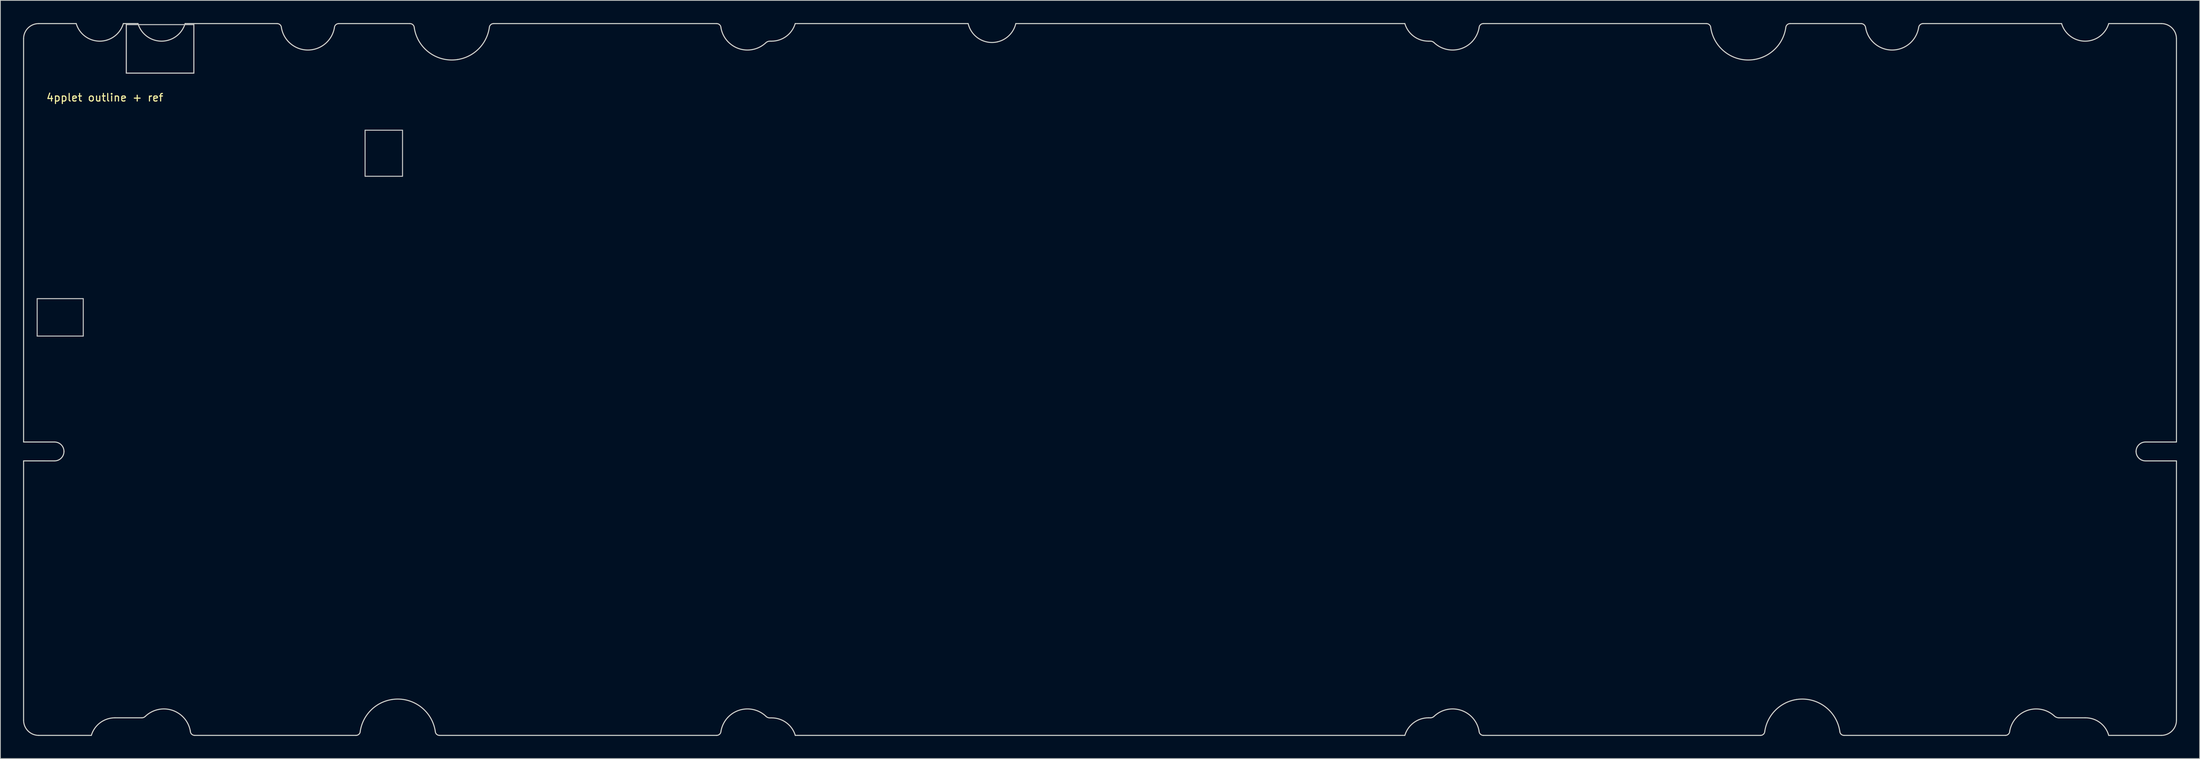
<source format=kicad_pcb>
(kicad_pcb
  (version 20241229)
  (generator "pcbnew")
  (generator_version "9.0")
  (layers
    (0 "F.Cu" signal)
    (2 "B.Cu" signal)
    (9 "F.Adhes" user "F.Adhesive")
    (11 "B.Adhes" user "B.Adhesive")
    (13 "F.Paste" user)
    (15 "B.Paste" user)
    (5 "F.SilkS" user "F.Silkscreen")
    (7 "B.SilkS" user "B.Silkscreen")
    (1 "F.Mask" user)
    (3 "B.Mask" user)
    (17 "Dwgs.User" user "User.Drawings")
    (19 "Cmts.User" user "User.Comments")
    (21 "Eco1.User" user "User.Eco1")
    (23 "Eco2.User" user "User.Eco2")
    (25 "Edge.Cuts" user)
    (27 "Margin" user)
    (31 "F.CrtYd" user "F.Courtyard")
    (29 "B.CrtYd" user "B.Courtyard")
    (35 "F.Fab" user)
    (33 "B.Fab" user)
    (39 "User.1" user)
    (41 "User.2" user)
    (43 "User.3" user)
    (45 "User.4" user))
  (footprint "4pplet outline + ref"
    (layer "F.Cu")
    (at 13.901 11.189)
    (property "Reference" "4pplet outline + ref" (at -3.09 -1.33 0) (unlocked yes) (layer "F.SilkS") (effects (font (size 1 1) (thickness 0.15))))
    (fp_line (start -12.036 25.275) (end -12.036 30.226) (stroke (width 0.138) (type solid)) (layer "Dwgs.User"))
    (fp_line (start -12.036 30.226) (end -5.94 30.226) (stroke (width 0.138) (type solid)) (layer "Dwgs.User"))
    (fp_line (start -5.94 25.275) (end -12.036 25.275) (stroke (width 0.138) (type solid)) (layer "Dwgs.User"))
    (fp_line (start -5.94 30.226) (end -5.94 25.275) (stroke (width 0.138) (type solid)) (layer "Dwgs.User"))
    (fp_line (start -0.252 -11.119) (end -0.252 -4.561) (stroke (width 0.138) (type solid)) (layer "Dwgs.User"))
    (fp_line (start -0.252 -4.561) (end 8.688 -4.561) (stroke (width 0.138) (type solid)) (layer "Dwgs.User"))
    (fp_line (start 8.688 -4.561) (end 8.688 -11.119) (stroke (width 0.138) (type solid)) (layer "Dwgs.User"))
    (fp_line (start 31.327 2.988) (end 31.327 9.083) (stroke (width 0.138) (type solid)) (layer "Dwgs.User"))
    (fp_line (start 31.327 9.083) (end 36.28 9.083) (stroke (width 0.138) (type solid)) (layer "Dwgs.User"))
    (fp_line (start 36.28 2.988) (end 31.327 2.988) (stroke (width 0.138) (type solid)) (layer "Dwgs.User"))
    (fp_line (start 36.28 9.083) (end 36.28 2.988) (stroke (width 0.138) (type solid)) (layer "Dwgs.User"))
    (fp_poly (pts (xy -0.252 -4.56) (xy -0.252 -10.982) (xy 8.688 -10.982) (xy 8.688 -4.56)) (stroke (width 0.138) (type solid)) (fill no) (layer "Dwgs.User"))
    (fp_line (start -13.832 44.242) (end -13.832 -9.12) (stroke (width 0.138) (type solid)) (layer "Edge.Cuts"))
    (fp_line (start -13.832 46.738) (end -9.741 46.741) (stroke (width 0.138) (type solid)) (layer "Edge.Cuts"))
    (fp_line (start -13.832 81.058) (end -13.832 46.738) (stroke (width 0.138) (type solid)) (layer "Edge.Cuts"))
    (fp_line (start -11.832 -11.119) (end -6.873 -11.119) (stroke (width 0.138) (type solid)) (layer "Edge.Cuts"))
    (fp_line (start -9.741 44.242) (end -13.832 44.242) (stroke (width 0.138) (type solid)) (layer "Edge.Cuts"))
    (fp_line (start -4.873 83.057) (end -11.832 83.057) (stroke (width 0.138) (type solid)) (layer "Edge.Cuts"))
    (fp_line (start 1.296 -11.12) (end -0.641 -11.119) (stroke (width 0.138) (type solid)) (layer "Edge.Cuts"))
    (fp_line (start 1.818 80.733) (end -1.757 80.733) (stroke (width 0.138) (type solid)) (layer "Edge.Cuts"))
    (fp_line (start 7.528 -11.12) (end 19.698 -11.119) (stroke (width 0.138) (type solid)) (layer "Edge.Cuts"))
    (fp_line (start 27.84 -11.119) (end 37.263 -11.119) (stroke (width 0.138) (type solid)) (layer "Edge.Cuts"))
    (fp_line (start 30.134 83.057) (end 8.79 83.057) (stroke (width 0.138) (type solid)) (layer "Edge.Cuts"))
    (fp_line (start 48.323 -11.119) (end 77.822 -11.119) (stroke (width 0.138) (type solid)) (layer "Edge.Cuts"))
    (fp_line (start 77.822 83.057) (end 41.164 83.057) (stroke (width 0.138) (type solid)) (layer "Edge.Cuts"))
    (fp_line (start 84.867 -8.795) (end 85.093 -8.795) (stroke (width 0.138) (type solid)) (layer "Edge.Cuts"))
    (fp_line (start 85.105 80.744) (end 84.851 80.744) (stroke (width 0.138) (type solid)) (layer "Edge.Cuts"))
    (fp_line (start 88.209 -11.119) (end 111.079 -11.119) (stroke (width 0.138) (type solid)) (layer "Edge.Cuts"))
    (fp_line (start 88.221 83.057) (end 88.218 83.057) (stroke (width 0.138) (type solid)) (layer "Edge.Cuts"))
    (fp_line (start 117.379 -11.119) (end 168.827 -11.119) (stroke (width 0.138) (type solid)) (layer "Edge.Cuts"))
    (fp_line (start 168.827 83.057) (end 88.221 83.057) (stroke (width 0.138) (type solid)) (layer "Edge.Cuts"))
    (fp_line (start 171.943 -8.795) (end 172.197 -8.795) (stroke (width 0.138) (type solid)) (layer "Edge.Cuts"))
    (fp_line (start 172.211 80.733) (end 171.943 80.733) (stroke (width 0.138) (type solid)) (layer "Edge.Cuts"))
    (fp_line (start 179.214 -11.119) (end 208.713 -11.119) (stroke (width 0.138) (type solid)) (layer "Edge.Cuts"))
    (fp_line (start 215.872 83.057) (end 179.214 83.057) (stroke (width 0.138) (type solid)) (layer "Edge.Cuts"))
    (fp_line (start 219.773 -11.119) (end 229.196 -11.119) (stroke (width 0.138) (type solid)) (layer "Edge.Cuts"))
    (fp_line (start 237.338 -11.119) (end 255.677 -11.119) (stroke (width 0.138) (type solid)) (layer "Edge.Cuts"))
    (fp_line (start 248.246 83.057) (end 226.902 83.057) (stroke (width 0.138) (type solid)) (layer "Edge.Cuts"))
    (fp_line (start 258.793 80.733) (end 255.336 80.733) (stroke (width 0.138) (type solid)) (layer "Edge.Cuts"))
    (fp_line (start 261.909 -11.119) (end 268.868 -11.119) (stroke (width 0.138) (type solid)) (layer "Edge.Cuts"))
    (fp_line (start 266.777 44.242) (end 270.868 44.242) (stroke (width 0.138) (type solid)) (layer "Edge.Cuts"))
    (fp_line (start 268.868 83.057) (end 261.909 83.057) (stroke (width 0.138) (type solid)) (layer "Edge.Cuts"))
    (fp_line (start 270.868 -9.12) (end 270.868 44.242) (stroke (width 0.138) (type solid)) (layer "Edge.Cuts"))
    (fp_line (start 270.868 46.741) (end 266.777 46.741) (stroke (width 0.138) (type solid)) (layer "Edge.Cuts"))
    (fp_line (start 270.868 46.741) (end 270.868 81.058) (stroke (width 0.138) (type solid)) (layer "Edge.Cuts"))
    (fp_arc (start -13.831853 -9.119676) (mid -13.245753 -10.533417) (end -11.831864 -11.119159) (stroke (width 0.137795) (type solid)) (layer "Edge.Cuts"))
    (fp_arc (start -11.832087 83.05716) (mid -13.245865 82.471372) (end -13.831853 81.057677) (stroke (width 0.137795) (type solid)) (layer "Edge.Cuts"))
    (fp_arc (start -9.741445 44.241847) (mid -8.857619 44.607911) (end -8.491504 45.491716) (stroke (width 0.137795) (type solid)) (layer "Edge.Cuts"))
    (fp_arc (start -8.491504 45.491716) (mid -8.857664 46.3754) (end -9.741445 46.741329) (stroke (width 0.137795) (type solid)) (layer "Edge.Cuts"))
    (fp_arc (start -4.873027 83.05716) (mid -3.700967 81.377486) (end -1.756953 80.732632) (stroke (width 0.137795) (type solid)) (layer "Edge.Cuts"))
    (fp_arc (start -2.831348 -8.928915) (mid -5.305736 -9.187093) (end -6.873017 -11.119159) (stroke (width 0.137795) (type solid)) (layer "Edge.Cuts"))
    (fp_arc (start -0.640882 -11.119159) (mid -1.458431 -9.746324) (end -2.831348 -8.928915) (stroke (width 0.137795) (type solid)) (layer "Edge.Cuts"))
    (fp_arc (start 2.251871 80.552715) (mid 2.052831 80.685701) (end 1.818097 80.732632) (stroke (width 0.137795) (type solid)) (layer "Edge.Cuts"))
    (fp_arc (start 2.251871 80.552715) (mid 3.102492 79.94647) (end 4.092566 79.613542) (stroke (width 0.137795) (type solid)) (layer "Edge.Cuts"))
    (fp_arc (start 4.092566 79.613542) (mid 6.750632 80.195379) (end 8.218891 82.486244) (stroke (width 0.137795) (type solid)) (layer "Edge.Cuts"))
    (fp_arc (start 5.337086 -8.930012) (mid 2.862863 -9.187896) (end 1.29567 -11.119784) (stroke (width 0.137795) (type solid)) (layer "Edge.Cuts"))
    (fp_arc (start 7.527612 -11.12) (mid 6.71 -9.747287) (end 5.337086 -8.930012) (stroke (width 0.137795) (type solid)) (layer "Edge.Cuts"))
    (fp_arc (start 8.790128 83.05716) (mid 8.386266 82.890012) (end 8.218891 82.486244) (stroke (width 0.137795) (type solid)) (layer "Edge.Cuts"))
    (fp_arc (start 19.698155 -11.119159) (mid 20.101783 -10.951923) (end 20.268932 -10.548259) (stroke (width 0.137795) (type solid)) (layer "Edge.Cuts"))
    (fp_arc (start 24.395687 -7.675572) (mid 21.737407 -8.257309) (end 20.268932 -10.548259) (stroke (width 0.137795) (type solid)) (layer "Edge.Cuts"))
    (fp_arc (start 27.26888 -10.549913) (mid 26.283339 -8.661867) (end 24.395687 -7.675572) (stroke (width 0.137795) (type solid)) (layer "Edge.Cuts"))
    (fp_arc (start 27.26888 -10.549913) (mid 27.436603 -10.952843) (end 27.840116 -11.119159) (stroke (width 0.137795) (type solid)) (layer "Edge.Cuts"))
    (fp_arc (start 30.689993 82.501315) (mid 30.526964 82.894237) (end 30.133998 83.05716) (stroke (width 0.137795) (type solid)) (layer "Edge.Cuts"))
    (fp_arc (start 30.689993 82.501315) (mid 32.10057 79.723627) (end 34.878593 78.313708) (stroke (width 0.137795) (type solid)) (layer "Edge.Cuts"))
    (fp_arc (start 34.878593 78.313708) (mid 38.610542 79.220913) (end 40.608118 82.50118) (stroke (width 0.137795) (type solid)) (layer "Edge.Cuts"))
    (fp_arc (start 37.263008 -11.119159) (mid 37.666737 -10.951953) (end 37.833993 -10.548244) (stroke (width 0.137795) (type solid)) (layer "Edge.Cuts"))
    (fp_arc (start 41.163934 83.05716) (mid 40.77103 82.894132) (end 40.608118 82.50118) (stroke (width 0.137795) (type solid)) (layer "Edge.Cuts"))
    (fp_arc (start 43.563607 -6.360727) (mid 39.831603 -7.267934) (end 37.833993 -10.548244) (stroke (width 0.137795) (type solid)) (layer "Edge.Cuts"))
    (fp_arc (start 47.751925 -10.549913) (mid 46.341726 -7.771502) (end 43.563607 -6.360727) (stroke (width 0.137795) (type solid)) (layer "Edge.Cuts"))
    (fp_arc (start 47.751925 -10.549913) (mid 47.919528 -10.952796) (end 48.322924 -11.119159) (stroke (width 0.137795) (type solid)) (layer "Edge.Cuts"))
    (fp_arc (start 77.82195 -11.119159) (mid 78.225677 -10.951946) (end 78.39295 -10.548244) (stroke (width 0.137795) (type solid)) (layer "Edge.Cuts"))
    (fp_arc (start 78.39295 82.487899) (mid 78.225337 82.890776) (end 77.82195 83.05716) (stroke (width 0.137795) (type solid)) (layer "Edge.Cuts"))
    (fp_arc (start 78.39295 82.487899) (mid 78.718896 81.51137) (end 79.310826 80.66907) (stroke (width 0.137795) (type solid)) (layer "Edge.Cuts"))
    (fp_arc (start 79.310826 80.66907) (mid 81.795913 79.559508) (end 84.337885 80.531703) (stroke (width 0.137795) (type solid)) (layer "Edge.Cuts"))
    (fp_arc (start 82.520729 -7.675948) (mid 79.86202 -8.25728) (end 78.39295 -10.548244) (stroke (width 0.137795) (type solid)) (layer "Edge.Cuts"))
    (fp_arc (start 84.302963 -8.560748) (mid 83.474982 -7.991174) (end 82.520729 -7.675948) (stroke (width 0.137795) (type solid)) (layer "Edge.Cuts"))
    (fp_arc (start 84.302963 -8.560748) (mid 84.561803 -8.733609) (end 84.867016 -8.794631) (stroke (width 0.137795) (type solid)) (layer "Edge.Cuts"))
    (fp_arc (start 84.850928 80.743551) (mid 84.573286 80.688776) (end 84.337885 80.531703) (stroke (width 0.137795) (type solid)) (layer "Edge.Cuts"))
    (fp_arc (start 85.104882 80.743551) (mid 87.044402 81.384972) (end 88.217835 83.05716) (stroke (width 0.137795) (type solid)) (layer "Edge.Cuts"))
    (fp_arc (start 88.209128 -11.119084) (mid 87.037003 -9.439431) (end 85.092949 -8.794631) (stroke (width 0.137795) (type solid)) (layer "Edge.Cuts"))
    (fp_arc (start 114.963504 -8.703635) (mid 112.520992 -9.106965) (end 111.078904 -11.119159) (stroke (width 0.137795) (type solid)) (layer "Edge.Cuts"))
    (fp_arc (start 117.378864 -11.119159) (mid 116.516071 -9.566533) (end 114.963504 -8.703635) (stroke (width 0.137795) (type solid)) (layer "Edge.Cuts"))
    (fp_arc (start 168.827044 83.05716) (mid 169.99897 81.37753) (end 171.942851 80.732632) (stroke (width 0.137795) (type solid)) (layer "Edge.Cuts"))
    (fp_arc (start 171.942851 -8.794631) (mid 169.998973 -9.439533) (end 168.827044 -11.119159) (stroke (width 0.137795) (type solid)) (layer "Edge.Cuts"))
    (fp_arc (start 172.19685 -8.794631) (mid 172.474584 -8.739779) (end 172.710041 -8.582602) (stroke (width 0.137795) (type solid)) (layer "Edge.Cuts"))
    (fp_arc (start 172.699875 80.529778) (mid 172.475374 80.679473) (end 172.210831 80.732632) (stroke (width 0.137795) (type solid)) (layer "Edge.Cuts"))
    (fp_arc (start 172.699875 80.529778) (mid 173.5414 79.938736) (end 174.516868 79.613226) (stroke (width 0.137795) (type solid)) (layer "Edge.Cuts"))
    (fp_arc (start 174.516868 79.613226) (mid 177.17484 80.195294) (end 178.642866 82.486259) (stroke (width 0.137795) (type solid)) (layer "Edge.Cuts"))
    (fp_arc (start 177.736076 -8.74268) (mid 175.256203 -7.621983) (end 172.710041 -8.582602) (stroke (width 0.137795) (type solid)) (layer "Edge.Cuts"))
    (fp_arc (start 178.642866 -10.549898) (mid 178.320571 -9.580508) (end 177.736076 -8.74268) (stroke (width 0.137795) (type solid)) (layer "Edge.Cuts"))
    (fp_arc (start 178.642866 -10.549898) (mid 178.810462 -10.952782) (end 179.213851 -11.119159) (stroke (width 0.137795) (type solid)) (layer "Edge.Cuts"))
    (fp_arc (start 179.213851 83.05716) (mid 178.810123 82.889962) (end 178.642866 82.486259) (stroke (width 0.137795) (type solid)) (layer "Edge.Cuts"))
    (fp_arc (start 208.712891 -11.119159) (mid 209.11662 -10.951952) (end 209.283876 -10.548244) (stroke (width 0.137795) (type solid)) (layer "Edge.Cuts"))
    (fp_arc (start 215.013475 -6.360727) (mid 211.281479 -7.267938) (end 209.283876 -10.548244) (stroke (width 0.137795) (type solid)) (layer "Edge.Cuts"))
    (fp_arc (start 216.427875 82.50166) (mid 216.264716 82.894361) (end 215.871866 83.05716) (stroke (width 0.137795) (type solid)) (layer "Edge.Cuts"))
    (fp_arc (start 216.427875 82.50166) (mid 217.83834 79.723743) (end 220.616476 78.313708) (stroke (width 0.137795) (type solid)) (layer "Edge.Cuts"))
    (fp_arc (start 219.201808 -10.549883) (mid 217.792399 -7.770682) (end 215.013475 -6.360727) (stroke (width 0.137795) (type solid)) (layer "Edge.Cuts"))
    (fp_arc (start 219.201808 -10.549883) (mid 219.369407 -10.952778) (end 219.772807 -11.119159) (stroke (width 0.137795) (type solid)) (layer "Edge.Cuts"))
    (fp_arc (start 220.616476 78.313708) (mid 224.348423 79.220918) (end 226.345808 82.5013) (stroke (width 0.137795) (type solid)) (layer "Edge.Cuts"))
    (fp_arc (start 226.901817 83.05716) (mid 226.508841 82.894232) (end 226.345808 82.5013) (stroke (width 0.137795) (type solid)) (layer "Edge.Cuts"))
    (fp_arc (start 229.195937 -11.119159) (mid 229.58707 -10.939341) (end 229.766936 -10.548229) (stroke (width 0.137795) (type solid)) (layer "Edge.Cuts"))
    (fp_arc (start 233.893468 -7.675572) (mid 231.235309 -8.257345) (end 229.766936 -10.548229) (stroke (width 0.137795) (type solid)) (layer "Edge.Cuts"))
    (fp_arc (start 236.766884 -10.548259) (mid 235.780972 -8.661005) (end 233.893468 -7.675572) (stroke (width 0.137795) (type solid)) (layer "Edge.Cuts"))
    (fp_arc (start 236.766884 -10.548259) (mid 236.941606 -10.944558) (end 237.337957 -11.119159) (stroke (width 0.137795) (type solid)) (layer "Edge.Cuts"))
    (fp_arc (start 248.81691 82.486319) (mid 248.64986 82.890233) (end 248.245895 83.05716) (stroke (width 0.137795) (type solid)) (layer "Edge.Cuts"))
    (fp_arc (start 248.81691 82.486319) (mid 249.121057 81.555229) (end 249.667732 80.742468) (stroke (width 0.137795) (type solid)) (layer "Edge.Cuts"))
    (fp_arc (start 249.667732 80.742468) (mid 252.121291 79.563724) (end 254.689878 80.464696) (stroke (width 0.137795) (type solid)) (layer "Edge.Cuts"))
    (fp_arc (start 255.335828 80.732632) (mid 254.986245 80.662812) (end 254.689878 80.464696) (stroke (width 0.137795) (type solid)) (layer "Edge.Cuts"))
    (fp_arc (start 258.792872 80.732632) (mid 260.747944 81.362604) (end 261.908828 83.05716) (stroke (width 0.137795) (type solid)) (layer "Edge.Cuts"))
    (fp_arc (start 259.718362 -8.9289) (mid 257.244101 -9.187143) (end 255.676946 -11.119159) (stroke (width 0.137795) (type solid)) (layer "Edge.Cuts"))
    (fp_arc (start 261.908888 -11.118888) (mid 261.091276 -9.746175) (end 259.718362 -8.9289) (stroke (width 0.137795) (type solid)) (layer "Edge.Cuts"))
    (fp_arc (start 265.527319 45.491716) (mid 265.893428 44.607915) (end 266.777246 44.241847) (stroke (width 0.137795) (type solid)) (layer "Edge.Cuts"))
    (fp_arc (start 266.777246 46.741329) (mid 265.89348 46.37539) (end 265.527319 45.491716) (stroke (width 0.137795) (type solid)) (layer "Edge.Cuts"))
    (fp_arc (start 268.867917 -11.119159) (mid 270.281823 -10.533398) (end 270.867921 -9.119631) (stroke (width 0.137795) (type solid)) (layer "Edge.Cuts"))
    (fp_arc (start 270.867921 81.057677) (mid 270.281795 82.471423) (end 268.867887 83.05716) (stroke (width 0.137795) (type solid)) (layer "Edge.Cuts")))
  (gr_rect
    (start -3 -3)
    (end 287.838 97.315)
    (stroke (width 0.1) (type default))
    (fill no)
    (layer "Edge.Cuts")))
</source>
